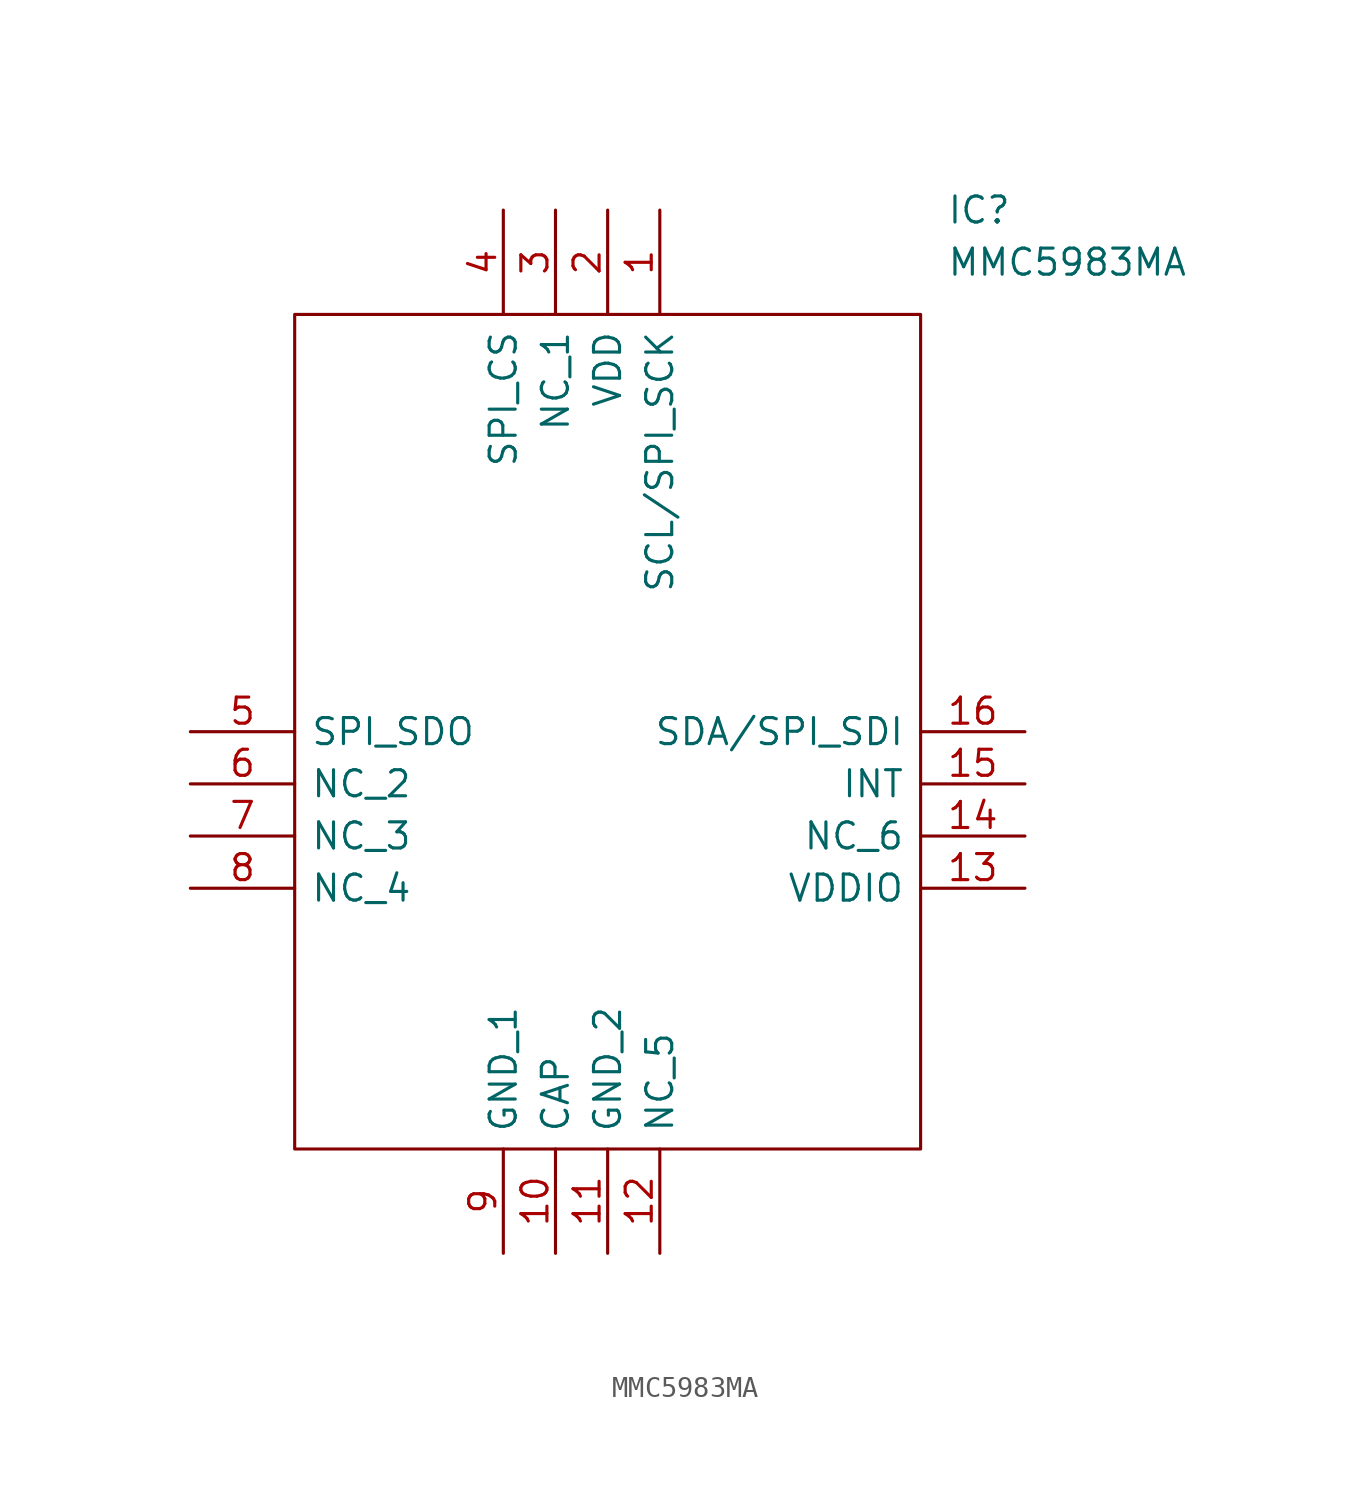
<source format=kicad_sym>
(kicad_symbol_lib
  (version 20211014)
  (generator kicad_symbol_editor)
  (symbol "MMC5983MA"
    (pin_names
      (offset 0.762))
    (property "Reference" "IC"
      (at 36.83 25.4 0)
      (effects (font (size 1.27 1.27)) (justify left)))
    (property "Value" "MMC5983MA"
      (at 36.83 22.86 0)
      (effects (font (size 1.27 1.27)) (justify left)))
    (symbol "MMC5983MA_0_0"
      (pin passive line (at 22.86 25.4 270) (length 5.08) (name "SCL/SPI_SCK" (effects (font (size 1.27 1.27)))) (number "1" (effects (font (size 1.27 1.27)))))
      (pin passive line (at 17.78 -25.4 90) (length 5.08) (name "CAP" (effects (font (size 1.27 1.27)))) (number "10" (effects (font (size 1.27 1.27)))))
      (pin passive line (at 20.32 -25.4 90) (length 5.08) (name "GND_2" (effects (font (size 1.27 1.27)))) (number "11" (effects (font (size 1.27 1.27)))))
      (pin passive line (at 22.86 -25.4 90) (length 5.08) (name "NC_5" (effects (font (size 1.27 1.27)))) (number "12" (effects (font (size 1.27 1.27)))))
      (pin passive line (at 40.64 -7.62 180) (length 5.08) (name "VDDIO" (effects (font (size 1.27 1.27)))) (number "13" (effects (font (size 1.27 1.27)))))
      (pin passive line (at 40.64 -5.08 180) (length 5.08) (name "NC_6" (effects (font (size 1.27 1.27)))) (number "14" (effects (font (size 1.27 1.27)))))
      (pin passive line (at 40.64 -2.54 180) (length 5.08) (name "INT" (effects (font (size 1.27 1.27)))) (number "15" (effects (font (size 1.27 1.27)))))
      (pin passive line (at 40.64 0 180) (length 5.08) (name "SDA/SPI_SDI" (effects (font (size 1.27 1.27)))) (number "16" (effects (font (size 1.27 1.27)))))
      (pin passive line (at 20.32 25.4 270) (length 5.08) (name "VDD" (effects (font (size 1.27 1.27)))) (number "2" (effects (font (size 1.27 1.27)))))
      (pin passive line (at 17.78 25.4 270) (length 5.08) (name "NC_1" (effects (font (size 1.27 1.27)))) (number "3" (effects (font (size 1.27 1.27)))))
      (pin passive line (at 15.24 25.4 270) (length 5.08) (name "SPI_CS" (effects (font (size 1.27 1.27)))) (number "4" (effects (font (size 1.27 1.27)))))
      (pin passive line (at 0 0 0) (length 5.08) (name "SPI_SDO" (effects (font (size 1.27 1.27)))) (number "5" (effects (font (size 1.27 1.27)))))
      (pin passive line (at 0 -2.54 0) (length 5.08) (name "NC_2" (effects (font (size 1.27 1.27)))) (number "6" (effects (font (size 1.27 1.27)))))
      (pin passive line (at 0 -5.08 0) (length 5.08) (name "NC_3" (effects (font (size 1.27 1.27)))) (number "7" (effects (font (size 1.27 1.27)))))
      (pin passive line (at 0 -7.62 0) (length 5.08) (name "NC_4" (effects (font (size 1.27 1.27)))) (number "8" (effects (font (size 1.27 1.27)))))
      (pin passive line (at 15.24 -25.4 90) (length 5.08) (name "GND_1" (effects (font (size 1.27 1.27)))) (number "9" (effects (font (size 1.27 1.27))))))
    (symbol "MMC5983MA_0_1"
      (polyline (pts (xy 5.08 20.32) (xy 35.56 20.32) (xy 35.56 -20.32) (xy 5.08 -20.32) (xy 5.08 20.32)) (stroke (width 0.152) (type default) (color 0 0 0 0)) (fill (type none))))))
</source>
